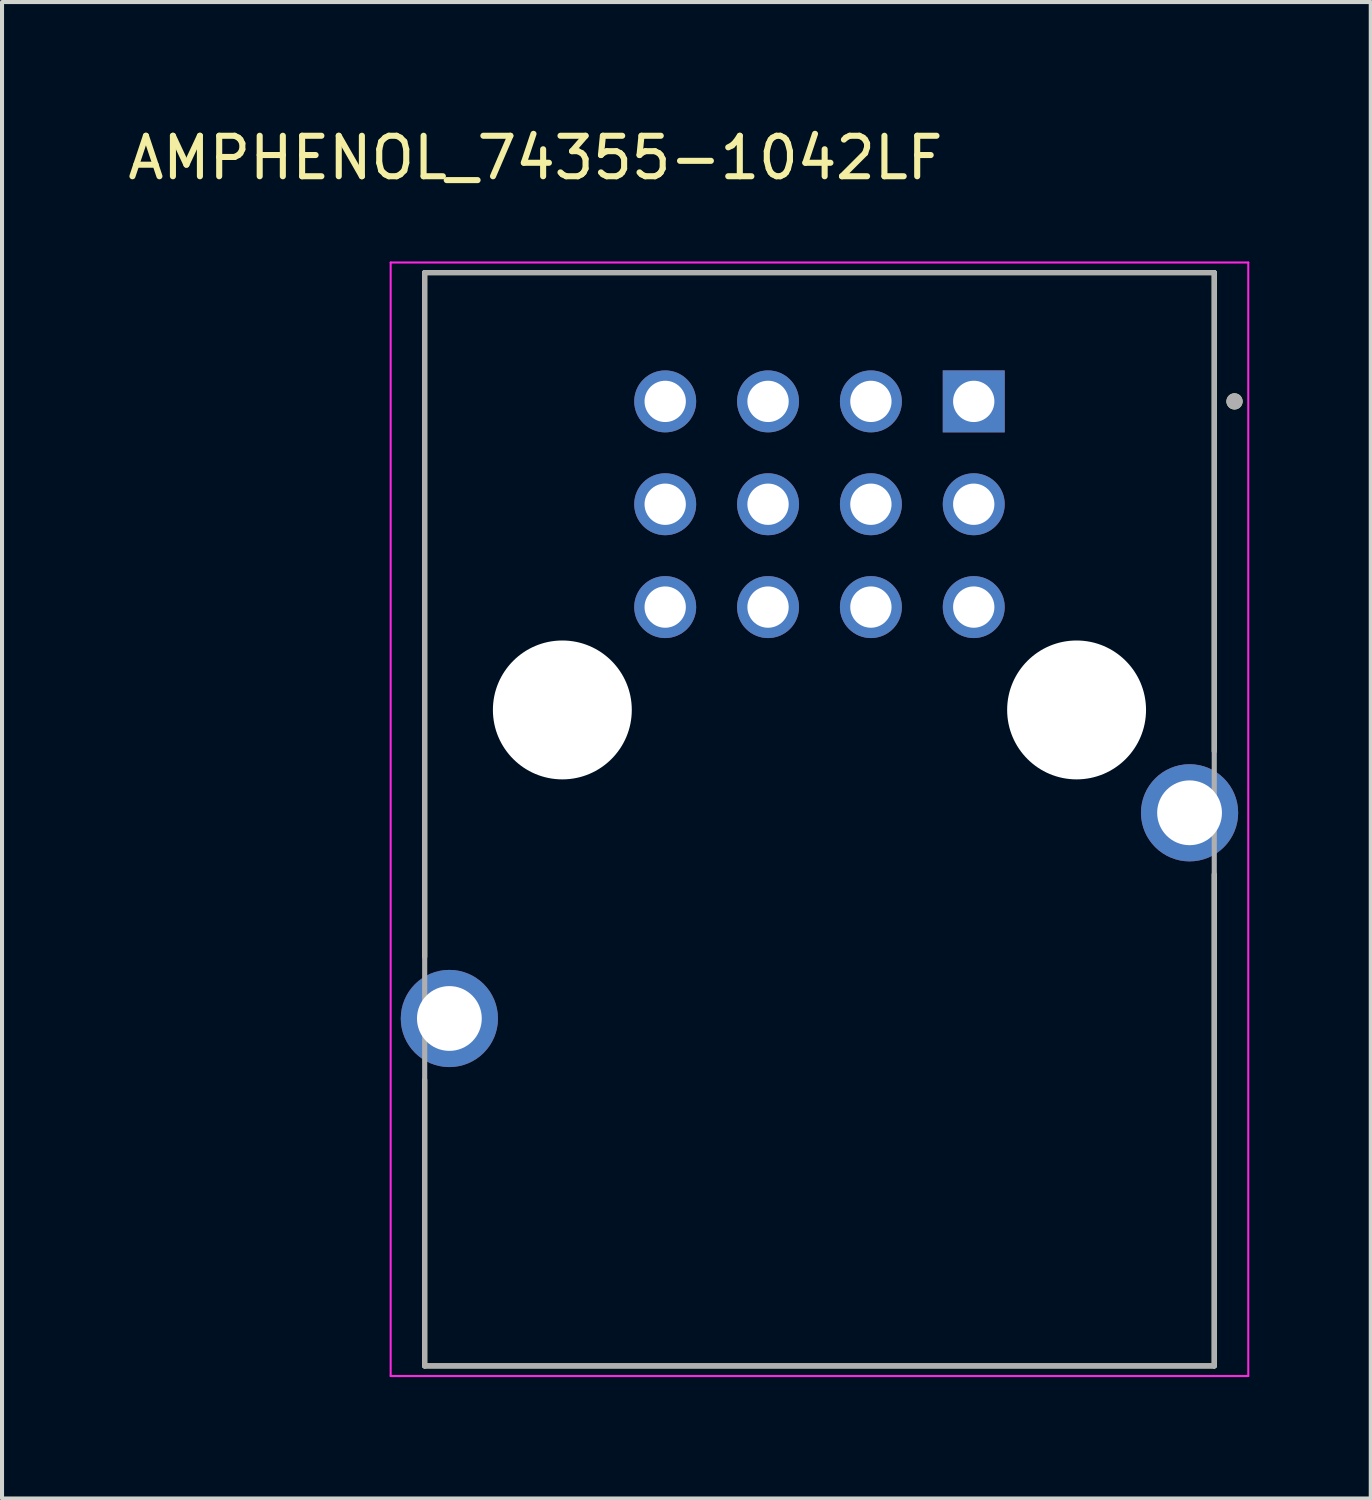
<source format=kicad_pcb>
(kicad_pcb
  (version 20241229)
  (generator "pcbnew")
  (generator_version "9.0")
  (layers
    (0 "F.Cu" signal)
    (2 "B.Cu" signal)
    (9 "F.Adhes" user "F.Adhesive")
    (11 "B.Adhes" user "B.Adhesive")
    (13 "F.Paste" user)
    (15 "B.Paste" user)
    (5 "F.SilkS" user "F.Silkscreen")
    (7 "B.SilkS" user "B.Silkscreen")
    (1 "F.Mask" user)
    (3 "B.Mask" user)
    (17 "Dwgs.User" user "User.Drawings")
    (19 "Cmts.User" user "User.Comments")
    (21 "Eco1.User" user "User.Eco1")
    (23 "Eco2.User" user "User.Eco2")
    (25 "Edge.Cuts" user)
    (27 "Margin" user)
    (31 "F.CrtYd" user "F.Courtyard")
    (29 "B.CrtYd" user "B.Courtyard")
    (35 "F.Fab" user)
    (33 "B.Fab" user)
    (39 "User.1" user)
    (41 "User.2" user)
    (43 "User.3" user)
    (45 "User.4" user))
  (footprint "AMPHENOL_74355-1042LF"
    (layer "F.Cu")
    (at 17.188 14.483)
    (property "Reference" "AMPHENOL_74355-1042LF" (at -7.015 -13.635 0) (layer "F.SilkS") (effects (font (size 1 1) (thickness 0.15))))
    (attr through_hole)
    (fp_line (start -9.75 -10.8) (end -9.75 6.1) (stroke (width 0.127) (type solid)) (layer "F.SilkS"))
    (fp_line (start -9.75 -10.8) (end 9.75 -10.8) (stroke (width 0.127) (type solid)) (layer "F.SilkS"))
    (fp_line (start -9.75 16.2) (end -9.75 9.14) (stroke (width 0.127) (type solid)) (layer "F.SilkS"))
    (fp_line (start -9.75 16.2) (end 9.75 16.2) (stroke (width 0.127) (type solid)) (layer "F.SilkS"))
    (fp_line (start 9.75 -10.8) (end 9.75 1.02) (stroke (width 0.127) (type solid)) (layer "F.SilkS"))
    (fp_line (start 9.75 16.2) (end 9.75 4.06) (stroke (width 0.127) (type solid)) (layer "F.SilkS"))
    (fp_circle (center 10.25 -7.62) (end 10.35 -7.62) (stroke (width 0.2) (type solid)) (fill no) (layer "F.SilkS"))
    (fp_line (start -10.59 -11.05) (end -10.59 16.45) (stroke (width 0.05) (type solid)) (layer "F.CrtYd"))
    (fp_line (start -10.59 16.45) (end 10.59 16.45) (stroke (width 0.05) (type solid)) (layer "F.CrtYd"))
    (fp_line (start 10.59 -11.05) (end -10.59 -11.05) (stroke (width 0.05) (type solid)) (layer "F.CrtYd"))
    (fp_line (start 10.59 16.45) (end 10.59 -11.05) (stroke (width 0.05) (type solid)) (layer "F.CrtYd"))
    (fp_line (start -9.75 -10.8) (end -9.75 16.2) (stroke (width 0.127) (type solid)) (layer "F.Fab"))
    (fp_line (start -9.75 -10.8) (end 9.75 -10.8) (stroke (width 0.127) (type solid)) (layer "F.Fab"))
    (fp_line (start -9.75 16.2) (end 9.75 16.2) (stroke (width 0.127) (type solid)) (layer "F.Fab"))
    (fp_line (start 9.75 -10.8) (end 9.75 16.2) (stroke (width 0.127) (type solid)) (layer "F.Fab"))
    (fp_circle (center 10.25 -7.62) (end 10.35 -7.62) (stroke (width 0.2) (type solid)) (fill no) (layer "F.Fab"))
    (pad "" np_thru_hole circle (at -6.35 0) (size 3.43 3.43) (drill 3.43) (layers "*.Cu" "*.Mask"))
    (pad "" np_thru_hole circle (at 6.35 0) (size 3.43 3.43) (drill 3.43) (layers "*.Cu" "*.Mask"))
    (pad "1" thru_hole rect (at 3.81 -7.62) (size 1.53 1.53) (drill 1.02) (layers "*.Cu" "*.Mask"))
    (pad "2" thru_hole circle (at 3.81 -5.08) (size 1.53 1.53) (drill 1.02) (layers "*.Cu" "*.Mask"))
    (pad "3" thru_hole circle (at 1.27 -7.62) (size 1.53 1.53) (drill 1.02) (layers "*.Cu" "*.Mask"))
    (pad "4" thru_hole circle (at 1.27 -5.08) (size 1.53 1.53) (drill 1.02) (layers "*.Cu" "*.Mask"))
    (pad "5" thru_hole circle (at -1.27 -7.62) (size 1.53 1.53) (drill 1.02) (layers "*.Cu" "*.Mask"))
    (pad "6" thru_hole circle (at -1.27 -5.08) (size 1.53 1.53) (drill 1.02) (layers "*.Cu" "*.Mask"))
    (pad "7" thru_hole circle (at -3.81 -7.62) (size 1.53 1.53) (drill 1.02) (layers "*.Cu" "*.Mask"))
    (pad "8" thru_hole circle (at -3.81 -5.08) (size 1.53 1.53) (drill 1.02) (layers "*.Cu" "*.Mask"))
    (pad "G1" thru_hole circle (at 3.81 -2.54) (size 1.53 1.53) (drill 1.02) (layers "*.Cu" "*.Mask"))
    (pad "G2" thru_hole circle (at 1.27 -2.54) (size 1.53 1.53) (drill 1.02) (layers "*.Cu" "*.Mask"))
    (pad "G3" thru_hole circle (at -1.27 -2.54) (size 1.53 1.53) (drill 1.02) (layers "*.Cu" "*.Mask"))
    (pad "G4" thru_hole circle (at -3.81 -2.54) (size 1.53 1.53) (drill 1.02) (layers "*.Cu" "*.Mask"))
    (pad "S1" thru_hole circle (at -9.14 7.62) (size 2.4 2.4) (drill 1.6) (layers "*.Cu" "*.Mask"))
    (pad "S2" thru_hole circle (at 9.14 2.54) (size 2.4 2.4) (drill 1.6) (layers "*.Cu" "*.Mask")))
  (gr_rect
    (start -3 -3)
    (end 30.803 33.958)
    (stroke (width 0.1) (type default))
    (fill no)
    (layer "Edge.Cuts")))
</source>
